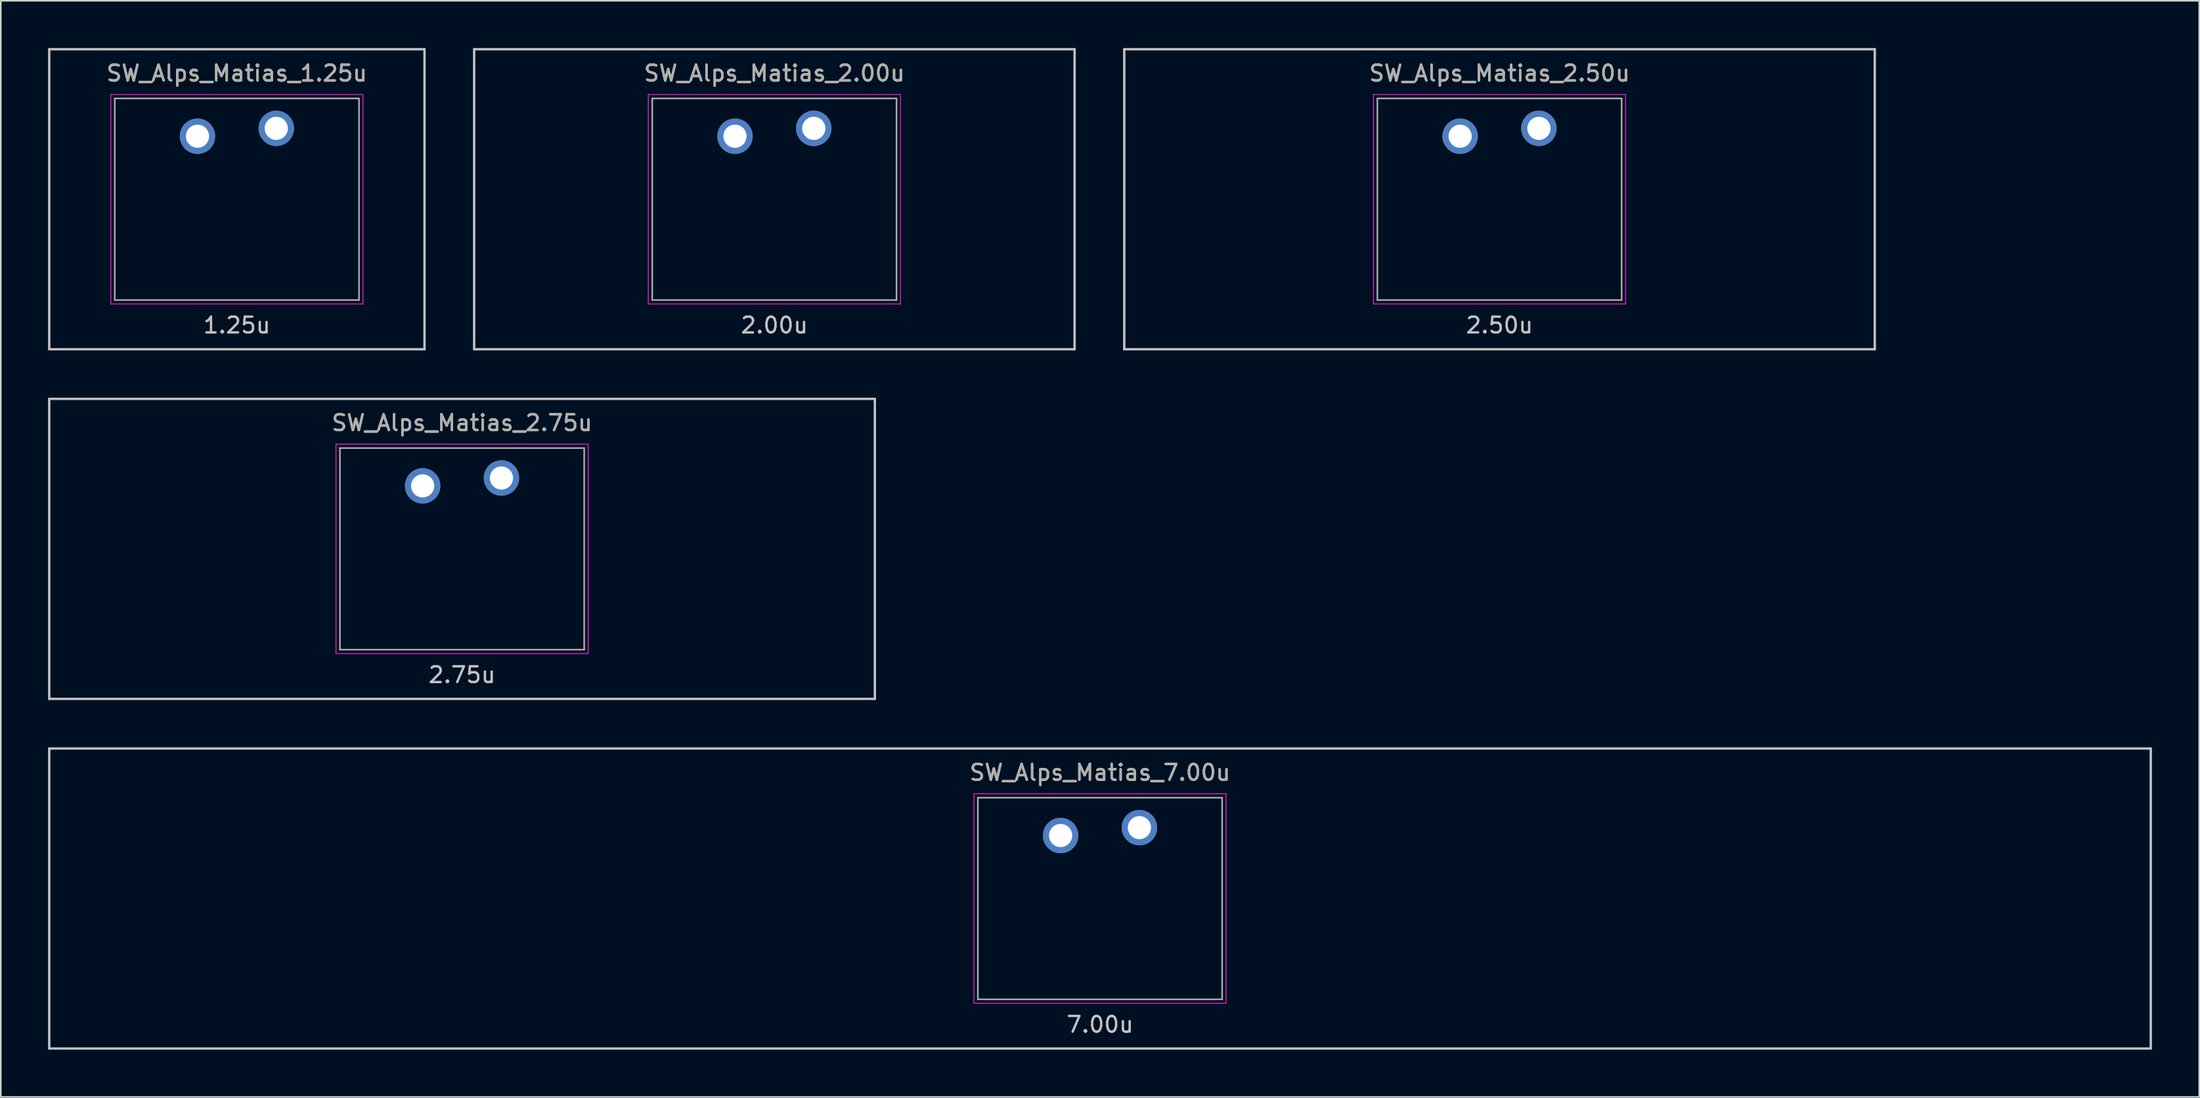
<source format=kicad_pcb>
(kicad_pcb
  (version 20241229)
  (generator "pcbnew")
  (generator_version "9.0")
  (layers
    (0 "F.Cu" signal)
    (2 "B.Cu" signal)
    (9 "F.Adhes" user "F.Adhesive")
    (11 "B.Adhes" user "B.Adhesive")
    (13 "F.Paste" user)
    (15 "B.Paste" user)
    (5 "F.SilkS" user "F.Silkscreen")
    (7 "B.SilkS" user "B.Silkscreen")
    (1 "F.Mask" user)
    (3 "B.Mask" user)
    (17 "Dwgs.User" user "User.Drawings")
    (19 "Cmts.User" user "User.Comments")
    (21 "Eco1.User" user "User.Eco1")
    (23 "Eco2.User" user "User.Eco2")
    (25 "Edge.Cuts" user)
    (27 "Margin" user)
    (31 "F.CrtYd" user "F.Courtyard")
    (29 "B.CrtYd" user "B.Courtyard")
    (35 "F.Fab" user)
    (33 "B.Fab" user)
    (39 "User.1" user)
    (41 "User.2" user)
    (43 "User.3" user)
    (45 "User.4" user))
  (footprint "SW_Alps_Matias_2.00u"
    (layer "F.Cu")
    (at 46.087 9.6)
    (property "Reference" "SW_Alps_Matias_2.00u" (at 0 -8 0) (layer "F.SilkS") (effects (font (size 1 1) (thickness 0.15))))
    (attr through_hole)
    (fp_line (start -19.05 -9.525) (end 19.05 -9.525) (stroke (width 0.15) (type solid)) (layer "Dwgs.User"))
    (fp_line (start -19.05 9.525) (end -19.05 -9.525) (stroke (width 0.15) (type solid)) (layer "Dwgs.User"))
    (fp_line (start -19.05 9.525) (end 19.05 9.525) (stroke (width 0.15) (type solid)) (layer "Dwgs.User"))
    (fp_line (start 19.05 -9.525) (end 19.05 9.525) (stroke (width 0.15) (type solid)) (layer "Dwgs.User"))
    (fp_line (start -8 -6.65) (end 8 -6.65) (stroke (width 0.05) (type solid)) (layer "F.CrtYd"))
    (fp_line (start -8 6.65) (end -8 -6.65) (stroke (width 0.05) (type solid)) (layer "F.CrtYd"))
    (fp_line (start 8 -6.65) (end 8 6.65) (stroke (width 0.05) (type solid)) (layer "F.CrtYd"))
    (fp_line (start 8 6.65) (end -8 6.65) (stroke (width 0.05) (type solid)) (layer "F.CrtYd"))
    (fp_line (start -7.75 -6.4) (end 7.75 -6.4) (stroke (width 0.1) (type solid)) (layer "F.Fab"))
    (fp_line (start -7.75 6.4) (end -7.75 -6.4) (stroke (width 0.1) (type solid)) (layer "F.Fab"))
    (fp_line (start 7.75 -6.4) (end 7.75 6.4) (stroke (width 0.1) (type solid)) (layer "F.Fab"))
    (fp_line (start 7.75 6.4) (end -7.75 6.4) (stroke (width 0.1) (type solid)) (layer "F.Fab"))
    (fp_text user "2.00u" (at 0 8 0) (layer "Dwgs.User") (effects (font (size 1 1) (thickness 0.15))))
    (fp_text user "${REFERENCE}" (at 0 -8 0) (layer "F.Fab") (effects (font (size 1 1) (thickness 0.15))))
    (pad "1" thru_hole circle (at -2.5 -4) (size 2.25 2.25) (drill 1.47) (layers "*.Cu" "B.Mask"))
    (pad "2" thru_hole circle (at 2.5 -4.5) (size 2.25 2.25) (drill 1.47) (layers "*.Cu" "B.Mask")))
  (footprint "SW_Alps_Matias_2.50u"
    (layer "F.Cu")
    (at 92.1 9.6)
    (property "Reference" "SW_Alps_Matias_2.50u" (at 0 -8 0) (layer "F.SilkS") (effects (font (size 1 1) (thickness 0.15))))
    (attr through_hole)
    (fp_line (start -23.812 -9.525) (end 23.812 -9.525) (stroke (width 0.15) (type solid)) (layer "Dwgs.User"))
    (fp_line (start -23.812 9.525) (end -23.812 -9.525) (stroke (width 0.15) (type solid)) (layer "Dwgs.User"))
    (fp_line (start -23.812 9.525) (end 23.812 9.525) (stroke (width 0.15) (type solid)) (layer "Dwgs.User"))
    (fp_line (start 23.812 -9.525) (end 23.812 9.525) (stroke (width 0.15) (type solid)) (layer "Dwgs.User"))
    (fp_line (start -8 -6.65) (end 8 -6.65) (stroke (width 0.05) (type solid)) (layer "F.CrtYd"))
    (fp_line (start -8 6.65) (end -8 -6.65) (stroke (width 0.05) (type solid)) (layer "F.CrtYd"))
    (fp_line (start 8 -6.65) (end 8 6.65) (stroke (width 0.05) (type solid)) (layer "F.CrtYd"))
    (fp_line (start 8 6.65) (end -8 6.65) (stroke (width 0.05) (type solid)) (layer "F.CrtYd"))
    (fp_line (start -7.75 -6.4) (end 7.75 -6.4) (stroke (width 0.1) (type solid)) (layer "F.Fab"))
    (fp_line (start -7.75 6.4) (end -7.75 -6.4) (stroke (width 0.1) (type solid)) (layer "F.Fab"))
    (fp_line (start 7.75 -6.4) (end 7.75 6.4) (stroke (width 0.1) (type solid)) (layer "F.Fab"))
    (fp_line (start 7.75 6.4) (end -7.75 6.4) (stroke (width 0.1) (type solid)) (layer "F.Fab"))
    (fp_text user "2.50u" (at 0 8 0) (layer "Dwgs.User") (effects (font (size 1 1) (thickness 0.15))))
    (fp_text user "${REFERENCE}" (at 0 -8 0) (layer "F.Fab") (effects (font (size 1 1) (thickness 0.15))))
    (pad "1" thru_hole circle (at -2.5 -4) (size 2.25 2.25) (drill 1.47) (layers "*.Cu" "B.Mask"))
    (pad "2" thru_hole circle (at 2.5 -4.5) (size 2.25 2.25) (drill 1.47) (layers "*.Cu" "B.Mask")))
  (footprint "SW_Alps_Matias_7.00u"
    (layer "F.Cu")
    (at 66.75 54)
    (property "Reference" "SW_Alps_Matias_7.00u" (at 0 -8 0) (layer "F.SilkS") (effects (font (size 1 1) (thickness 0.15))))
    (attr through_hole)
    (fp_line (start -66.675 -9.525) (end 66.675 -9.525) (stroke (width 0.15) (type solid)) (layer "Dwgs.User"))
    (fp_line (start -66.675 9.525) (end -66.675 -9.525) (stroke (width 0.15) (type solid)) (layer "Dwgs.User"))
    (fp_line (start -66.675 9.525) (end 66.675 9.525) (stroke (width 0.15) (type solid)) (layer "Dwgs.User"))
    (fp_line (start 66.675 -9.525) (end 66.675 9.525) (stroke (width 0.15) (type solid)) (layer "Dwgs.User"))
    (fp_line (start -8 -6.65) (end 8 -6.65) (stroke (width 0.05) (type solid)) (layer "F.CrtYd"))
    (fp_line (start -8 6.65) (end -8 -6.65) (stroke (width 0.05) (type solid)) (layer "F.CrtYd"))
    (fp_line (start 8 -6.65) (end 8 6.65) (stroke (width 0.05) (type solid)) (layer "F.CrtYd"))
    (fp_line (start 8 6.65) (end -8 6.65) (stroke (width 0.05) (type solid)) (layer "F.CrtYd"))
    (fp_line (start -7.75 -6.4) (end 7.75 -6.4) (stroke (width 0.1) (type solid)) (layer "F.Fab"))
    (fp_line (start -7.75 6.4) (end -7.75 -6.4) (stroke (width 0.1) (type solid)) (layer "F.Fab"))
    (fp_line (start 7.75 -6.4) (end 7.75 6.4) (stroke (width 0.1) (type solid)) (layer "F.Fab"))
    (fp_line (start 7.75 6.4) (end -7.75 6.4) (stroke (width 0.1) (type solid)) (layer "F.Fab"))
    (fp_text user "7.00u" (at 0 8 0) (layer "Dwgs.User") (effects (font (size 1 1) (thickness 0.15))))
    (fp_text user "${REFERENCE}" (at 0 -8 0) (layer "F.Fab") (effects (font (size 1 1) (thickness 0.15))))
    (pad "1" thru_hole circle (at -2.5 -4) (size 2.25 2.25) (drill 1.47) (layers "*.Cu" "B.Mask"))
    (pad "2" thru_hole oval (at 2.5 -4.5 86.055) (size 2.25 2.25) (drill 1.47) (layers "*.Cu" "B.Mask")))
  (footprint "SW_Alps_Matias_2.75u"
    (layer "F.Cu")
    (at 26.269 31.8)
    (property "Reference" "SW_Alps_Matias_2.75u" (at 0 -8 0) (layer "F.SilkS") (effects (font (size 1 1) (thickness 0.15))))
    (attr through_hole)
    (fp_line (start -26.194 -9.525) (end 26.194 -9.525) (stroke (width 0.15) (type solid)) (layer "Dwgs.User"))
    (fp_line (start -26.194 9.525) (end -26.194 -9.525) (stroke (width 0.15) (type solid)) (layer "Dwgs.User"))
    (fp_line (start -26.194 9.525) (end 26.194 9.525) (stroke (width 0.15) (type solid)) (layer "Dwgs.User"))
    (fp_line (start 26.194 -9.525) (end 26.194 9.525) (stroke (width 0.15) (type solid)) (layer "Dwgs.User"))
    (fp_line (start -8 -6.65) (end 8 -6.65) (stroke (width 0.05) (type solid)) (layer "F.CrtYd"))
    (fp_line (start -8 6.65) (end -8 -6.65) (stroke (width 0.05) (type solid)) (layer "F.CrtYd"))
    (fp_line (start 8 -6.65) (end 8 6.65) (stroke (width 0.05) (type solid)) (layer "F.CrtYd"))
    (fp_line (start 8 6.65) (end -8 6.65) (stroke (width 0.05) (type solid)) (layer "F.CrtYd"))
    (fp_line (start -7.75 -6.4) (end 7.75 -6.4) (stroke (width 0.1) (type solid)) (layer "F.Fab"))
    (fp_line (start -7.75 6.4) (end -7.75 -6.4) (stroke (width 0.1) (type solid)) (layer "F.Fab"))
    (fp_line (start 7.75 -6.4) (end 7.75 6.4) (stroke (width 0.1) (type solid)) (layer "F.Fab"))
    (fp_line (start 7.75 6.4) (end -7.75 6.4) (stroke (width 0.1) (type solid)) (layer "F.Fab"))
    (fp_text user "2.75u" (at 0 8 0) (layer "Dwgs.User") (effects (font (size 1 1) (thickness 0.15))))
    (fp_text user "${REFERENCE}" (at 0 -8 0) (layer "F.Fab") (effects (font (size 1 1) (thickness 0.15))))
    (pad "1" thru_hole circle (at -2.5 -4) (size 2.25 2.25) (drill 1.47) (layers "*.Cu" "B.Mask"))
    (pad "2" thru_hole circle (at 2.5 -4.5) (size 2.25 2.25) (drill 1.47) (layers "*.Cu" "B.Mask")))
  (footprint "SW_Alps_Matias_1.25u"
    (layer "F.Cu")
    (at 11.981 9.6)
    (property "Reference" "SW_Alps_Matias_1.25u" (at 0 -8 0) (layer "F.SilkS") (effects (font (size 1 1) (thickness 0.15))))
    (attr through_hole)
    (fp_line (start -11.906 -9.525) (end 11.906 -9.525) (stroke (width 0.15) (type solid)) (layer "Dwgs.User"))
    (fp_line (start -11.906 9.525) (end -11.906 -9.525) (stroke (width 0.15) (type solid)) (layer "Dwgs.User"))
    (fp_line (start -11.906 9.525) (end 11.906 9.525) (stroke (width 0.15) (type solid)) (layer "Dwgs.User"))
    (fp_line (start 11.906 -9.525) (end 11.906 9.525) (stroke (width 0.15) (type solid)) (layer "Dwgs.User"))
    (fp_line (start -8 -6.65) (end 8 -6.65) (stroke (width 0.05) (type solid)) (layer "F.CrtYd"))
    (fp_line (start -8 6.65) (end -8 -6.65) (stroke (width 0.05) (type solid)) (layer "F.CrtYd"))
    (fp_line (start 8 -6.65) (end 8 6.65) (stroke (width 0.05) (type solid)) (layer "F.CrtYd"))
    (fp_line (start 8 6.65) (end -8 6.65) (stroke (width 0.05) (type solid)) (layer "F.CrtYd"))
    (fp_line (start -7.75 -6.4) (end 7.75 -6.4) (stroke (width 0.1) (type solid)) (layer "F.Fab"))
    (fp_line (start -7.75 6.4) (end -7.75 -6.4) (stroke (width 0.1) (type solid)) (layer "F.Fab"))
    (fp_line (start 7.75 -6.4) (end 7.75 6.4) (stroke (width 0.1) (type solid)) (layer "F.Fab"))
    (fp_line (start 7.75 6.4) (end -7.75 6.4) (stroke (width 0.1) (type solid)) (layer "F.Fab"))
    (fp_text user "1.25u" (at 0 8 0) (layer "Dwgs.User") (effects (font (size 1 1) (thickness 0.15))))
    (fp_text user "${REFERENCE}" (at 0 -8 0) (layer "F.Fab") (effects (font (size 1 1) (thickness 0.15))))
    (pad "1" thru_hole circle (at -2.5 -4) (size 2.25 2.25) (drill 1.47) (layers "*.Cu" "B.Mask"))
    (pad "2" thru_hole circle (at 2.5 -4.5) (size 2.25 2.25) (drill 1.47) (layers "*.Cu" "B.Mask")))
  (gr_rect
    (start -3 -3)
    (end 136.5 66.6)
    (stroke (width 0.1) (type default))
    (fill no)
    (layer "Edge.Cuts")))
</source>
